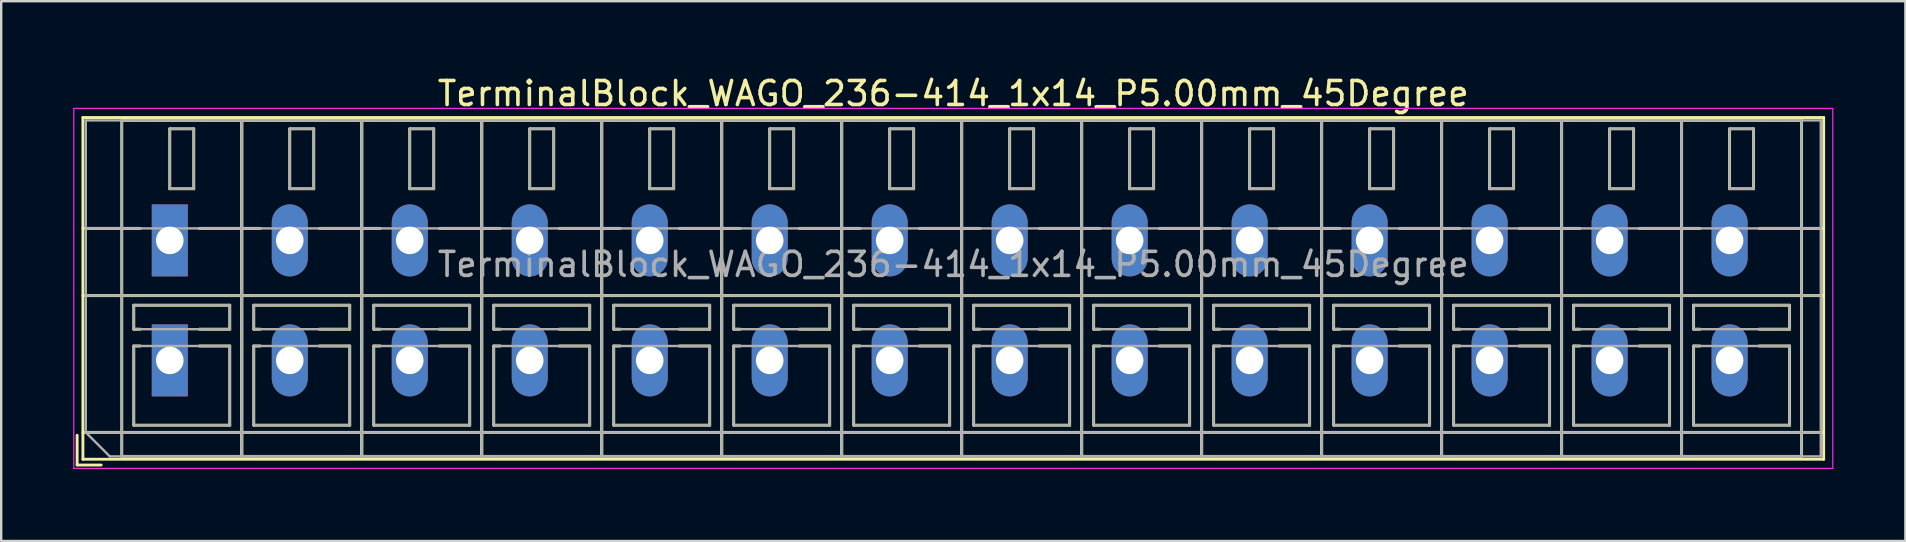
<source format=kicad_pcb>
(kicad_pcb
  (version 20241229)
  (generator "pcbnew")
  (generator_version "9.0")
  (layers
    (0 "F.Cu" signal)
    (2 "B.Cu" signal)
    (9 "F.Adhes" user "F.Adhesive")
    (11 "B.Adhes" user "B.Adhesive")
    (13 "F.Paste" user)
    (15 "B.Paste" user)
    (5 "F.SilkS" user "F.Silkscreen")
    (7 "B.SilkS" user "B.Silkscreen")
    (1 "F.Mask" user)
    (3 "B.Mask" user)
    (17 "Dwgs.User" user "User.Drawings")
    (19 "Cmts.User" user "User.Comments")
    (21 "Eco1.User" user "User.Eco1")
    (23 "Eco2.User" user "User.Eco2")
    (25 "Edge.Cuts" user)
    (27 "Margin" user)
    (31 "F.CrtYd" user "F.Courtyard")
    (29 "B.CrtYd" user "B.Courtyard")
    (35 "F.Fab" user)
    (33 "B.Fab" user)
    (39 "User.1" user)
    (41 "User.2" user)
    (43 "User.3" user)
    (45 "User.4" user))
  (footprint "TerminalBlock_WAGO_236-414_1x14_P5.00mm_45Degree"
    (layer "F.Cu")
    (at 4.025 6.968)
    (property "Reference" "TerminalBlock_WAGO_236-414_1x14_P5.00mm_45Degree" (at 32.65 -6.12 0) (layer "F.SilkS") (effects (font (size 1 1) (thickness 0.15))))
    (attr through_hole)
    (fp_line (start -3.86 8.12) (end -3.86 9.36) (stroke (width 0.12) (type solid)) (layer "F.SilkS"))
    (fp_line (start -3.86 9.36) (end -2.86 9.36) (stroke (width 0.12) (type solid)) (layer "F.SilkS"))
    (fp_line (start -3.62 -5.12) (end -3.62 9.12) (stroke (width 0.12) (type solid)) (layer "F.SilkS"))
    (fp_line (start -3.62 -5.12) (end 68.92 -5.12) (stroke (width 0.12) (type solid)) (layer "F.SilkS"))
    (fp_line (start -3.62 -0.5) (end -1.23 -0.5) (stroke (width 0.12) (type solid)) (layer "F.SilkS"))
    (fp_line (start -3.62 2.3) (end 68.92 2.3) (stroke (width 0.12) (type solid)) (layer "F.SilkS"))
    (fp_line (start -3.62 8) (end 68.92 8) (stroke (width 0.12) (type solid)) (layer "F.SilkS"))
    (fp_line (start -3.62 9.12) (end 68.92 9.12) (stroke (width 0.12) (type solid)) (layer "F.SilkS"))
    (fp_line (start -2 -5) (end -2 9) (stroke (width 0.12) (type solid)) (layer "F.SilkS"))
    (fp_line (start -2 -5) (end 3 -5) (stroke (width 0.12) (type solid)) (layer "F.SilkS"))
    (fp_line (start -2 9) (end 3 9) (stroke (width 0.12) (type solid)) (layer "F.SilkS"))
    (fp_line (start -1.5 2.7) (end -1.5 3.7) (stroke (width 0.12) (type solid)) (layer "F.SilkS"))
    (fp_line (start -1.5 2.7) (end 2.5 2.7) (stroke (width 0.12) (type solid)) (layer "F.SilkS"))
    (fp_line (start -1.5 3.7) (end -1.23 3.7) (stroke (width 0.12) (type solid)) (layer "F.SilkS"))
    (fp_line (start -1.5 4.4) (end -1.5 7.7) (stroke (width 0.12) (type solid)) (layer "F.SilkS"))
    (fp_line (start -1.5 4.4) (end -1.23 4.4) (stroke (width 0.12) (type solid)) (layer "F.SilkS"))
    (fp_line (start -1.5 7.7) (end 2.5 7.7) (stroke (width 0.12) (type solid)) (layer "F.SilkS"))
    (fp_line (start 0 -4.65) (end 0 -2.151) (stroke (width 0.12) (type solid)) (layer "F.SilkS"))
    (fp_line (start 0 -4.65) (end 1 -4.65) (stroke (width 0.12) (type solid)) (layer "F.SilkS"))
    (fp_line (start 0 -2.151) (end 1 -2.151) (stroke (width 0.12) (type solid)) (layer "F.SilkS"))
    (fp_line (start 1 -4.65) (end 1 -2.151) (stroke (width 0.12) (type solid)) (layer "F.SilkS"))
    (fp_line (start 1.23 -0.5) (end 3.77 -0.5) (stroke (width 0.12) (type solid)) (layer "F.SilkS"))
    (fp_line (start 1.23 3.7) (end 2.5 3.7) (stroke (width 0.12) (type solid)) (layer "F.SilkS"))
    (fp_line (start 1.23 4.4) (end 2.5 4.4) (stroke (width 0.12) (type solid)) (layer "F.SilkS"))
    (fp_line (start 2.5 2.7) (end 2.5 3.7) (stroke (width 0.12) (type solid)) (layer "F.SilkS"))
    (fp_line (start 2.5 4.4) (end 2.5 7.7) (stroke (width 0.12) (type solid)) (layer "F.SilkS"))
    (fp_line (start 3 -5) (end 3 9) (stroke (width 0.12) (type solid)) (layer "F.SilkS"))
    (fp_line (start 3 -5) (end 3 9) (stroke (width 0.12) (type solid)) (layer "F.SilkS"))
    (fp_line (start 3 -5) (end 8 -5) (stroke (width 0.12) (type solid)) (layer "F.SilkS"))
    (fp_line (start 3 9) (end 8 9) (stroke (width 0.12) (type solid)) (layer "F.SilkS"))
    (fp_line (start 3.5 2.7) (end 3.5 3.7) (stroke (width 0.12) (type solid)) (layer "F.SilkS"))
    (fp_line (start 3.5 2.7) (end 7.5 2.7) (stroke (width 0.12) (type solid)) (layer "F.SilkS"))
    (fp_line (start 3.5 3.7) (end 3.77 3.7) (stroke (width 0.12) (type solid)) (layer "F.SilkS"))
    (fp_line (start 3.5 4.4) (end 3.5 7.7) (stroke (width 0.12) (type solid)) (layer "F.SilkS"))
    (fp_line (start 3.5 4.4) (end 3.77 4.4) (stroke (width 0.12) (type solid)) (layer "F.SilkS"))
    (fp_line (start 3.5 7.7) (end 7.5 7.7) (stroke (width 0.12) (type solid)) (layer "F.SilkS"))
    (fp_line (start 5 -4.65) (end 5 -2.151) (stroke (width 0.12) (type solid)) (layer "F.SilkS"))
    (fp_line (start 5 -4.65) (end 6 -4.65) (stroke (width 0.12) (type solid)) (layer "F.SilkS"))
    (fp_line (start 5 -2.151) (end 6 -2.151) (stroke (width 0.12) (type solid)) (layer "F.SilkS"))
    (fp_line (start 6 -4.65) (end 6 -2.151) (stroke (width 0.12) (type solid)) (layer "F.SilkS"))
    (fp_line (start 6.23 -0.5) (end 8.77 -0.5) (stroke (width 0.12) (type solid)) (layer "F.SilkS"))
    (fp_line (start 6.23 3.7) (end 7.5 3.7) (stroke (width 0.12) (type solid)) (layer "F.SilkS"))
    (fp_line (start 6.23 4.4) (end 7.5 4.4) (stroke (width 0.12) (type solid)) (layer "F.SilkS"))
    (fp_line (start 7.5 2.7) (end 7.5 3.7) (stroke (width 0.12) (type solid)) (layer "F.SilkS"))
    (fp_line (start 7.5 4.4) (end 7.5 7.7) (stroke (width 0.12) (type solid)) (layer "F.SilkS"))
    (fp_line (start 8 -5) (end 8 9) (stroke (width 0.12) (type solid)) (layer "F.SilkS"))
    (fp_line (start 8 -5) (end 8 9) (stroke (width 0.12) (type solid)) (layer "F.SilkS"))
    (fp_line (start 8 -5) (end 13 -5) (stroke (width 0.12) (type solid)) (layer "F.SilkS"))
    (fp_line (start 8 9) (end 13 9) (stroke (width 0.12) (type solid)) (layer "F.SilkS"))
    (fp_line (start 8.5 2.7) (end 8.5 3.7) (stroke (width 0.12) (type solid)) (layer "F.SilkS"))
    (fp_line (start 8.5 2.7) (end 12.5 2.7) (stroke (width 0.12) (type solid)) (layer "F.SilkS"))
    (fp_line (start 8.5 3.7) (end 8.77 3.7) (stroke (width 0.12) (type solid)) (layer "F.SilkS"))
    (fp_line (start 8.5 4.4) (end 8.5 7.7) (stroke (width 0.12) (type solid)) (layer "F.SilkS"))
    (fp_line (start 8.5 4.4) (end 8.77 4.4) (stroke (width 0.12) (type solid)) (layer "F.SilkS"))
    (fp_line (start 8.5 7.7) (end 12.5 7.7) (stroke (width 0.12) (type solid)) (layer "F.SilkS"))
    (fp_line (start 10 -4.65) (end 10 -2.151) (stroke (width 0.12) (type solid)) (layer "F.SilkS"))
    (fp_line (start 10 -4.65) (end 11 -4.65) (stroke (width 0.12) (type solid)) (layer "F.SilkS"))
    (fp_line (start 10 -2.151) (end 11 -2.151) (stroke (width 0.12) (type solid)) (layer "F.SilkS"))
    (fp_line (start 11 -4.65) (end 11 -2.151) (stroke (width 0.12) (type solid)) (layer "F.SilkS"))
    (fp_line (start 11.23 -0.5) (end 13.77 -0.5) (stroke (width 0.12) (type solid)) (layer "F.SilkS"))
    (fp_line (start 11.23 3.7) (end 12.5 3.7) (stroke (width 0.12) (type solid)) (layer "F.SilkS"))
    (fp_line (start 11.23 4.4) (end 12.5 4.4) (stroke (width 0.12) (type solid)) (layer "F.SilkS"))
    (fp_line (start 12.5 2.7) (end 12.5 3.7) (stroke (width 0.12) (type solid)) (layer "F.SilkS"))
    (fp_line (start 12.5 4.4) (end 12.5 7.7) (stroke (width 0.12) (type solid)) (layer "F.SilkS"))
    (fp_line (start 13 -5) (end 13 9) (stroke (width 0.12) (type solid)) (layer "F.SilkS"))
    (fp_line (start 13 -5) (end 13 9) (stroke (width 0.12) (type solid)) (layer "F.SilkS"))
    (fp_line (start 13 -5) (end 18 -5) (stroke (width 0.12) (type solid)) (layer "F.SilkS"))
    (fp_line (start 13 9) (end 18 9) (stroke (width 0.12) (type solid)) (layer "F.SilkS"))
    (fp_line (start 13.5 2.7) (end 13.5 3.7) (stroke (width 0.12) (type solid)) (layer "F.SilkS"))
    (fp_line (start 13.5 2.7) (end 17.5 2.7) (stroke (width 0.12) (type solid)) (layer "F.SilkS"))
    (fp_line (start 13.5 3.7) (end 13.77 3.7) (stroke (width 0.12) (type solid)) (layer "F.SilkS"))
    (fp_line (start 13.5 4.4) (end 13.5 7.7) (stroke (width 0.12) (type solid)) (layer "F.SilkS"))
    (fp_line (start 13.5 4.4) (end 13.77 4.4) (stroke (width 0.12) (type solid)) (layer "F.SilkS"))
    (fp_line (start 13.5 7.7) (end 17.5 7.7) (stroke (width 0.12) (type solid)) (layer "F.SilkS"))
    (fp_line (start 15 -4.65) (end 15 -2.151) (stroke (width 0.12) (type solid)) (layer "F.SilkS"))
    (fp_line (start 15 -4.65) (end 16 -4.65) (stroke (width 0.12) (type solid)) (layer "F.SilkS"))
    (fp_line (start 15 -2.151) (end 16 -2.151) (stroke (width 0.12) (type solid)) (layer "F.SilkS"))
    (fp_line (start 16 -4.65) (end 16 -2.151) (stroke (width 0.12) (type solid)) (layer "F.SilkS"))
    (fp_line (start 16.23 -0.5) (end 18.77 -0.5) (stroke (width 0.12) (type solid)) (layer "F.SilkS"))
    (fp_line (start 16.23 3.7) (end 17.5 3.7) (stroke (width 0.12) (type solid)) (layer "F.SilkS"))
    (fp_line (start 16.23 4.4) (end 17.5 4.4) (stroke (width 0.12) (type solid)) (layer "F.SilkS"))
    (fp_line (start 17.5 2.7) (end 17.5 3.7) (stroke (width 0.12) (type solid)) (layer "F.SilkS"))
    (fp_line (start 17.5 4.4) (end 17.5 7.7) (stroke (width 0.12) (type solid)) (layer "F.SilkS"))
    (fp_line (start 18 -5) (end 18 9) (stroke (width 0.12) (type solid)) (layer "F.SilkS"))
    (fp_line (start 18 -5) (end 18 9) (stroke (width 0.12) (type solid)) (layer "F.SilkS"))
    (fp_line (start 18 -5) (end 23 -5) (stroke (width 0.12) (type solid)) (layer "F.SilkS"))
    (fp_line (start 18 9) (end 23 9) (stroke (width 0.12) (type solid)) (layer "F.SilkS"))
    (fp_line (start 18.5 2.7) (end 18.5 3.7) (stroke (width 0.12) (type solid)) (layer "F.SilkS"))
    (fp_line (start 18.5 2.7) (end 22.5 2.7) (stroke (width 0.12) (type solid)) (layer "F.SilkS"))
    (fp_line (start 18.5 3.7) (end 18.77 3.7) (stroke (width 0.12) (type solid)) (layer "F.SilkS"))
    (fp_line (start 18.5 4.4) (end 18.5 7.7) (stroke (width 0.12) (type solid)) (layer "F.SilkS"))
    (fp_line (start 18.5 4.4) (end 18.77 4.4) (stroke (width 0.12) (type solid)) (layer "F.SilkS"))
    (fp_line (start 18.5 7.7) (end 22.5 7.7) (stroke (width 0.12) (type solid)) (layer "F.SilkS"))
    (fp_line (start 20 -4.65) (end 20 -2.151) (stroke (width 0.12) (type solid)) (layer "F.SilkS"))
    (fp_line (start 20 -4.65) (end 21 -4.65) (stroke (width 0.12) (type solid)) (layer "F.SilkS"))
    (fp_line (start 20 -2.151) (end 21 -2.151) (stroke (width 0.12) (type solid)) (layer "F.SilkS"))
    (fp_line (start 21 -4.65) (end 21 -2.151) (stroke (width 0.12) (type solid)) (layer "F.SilkS"))
    (fp_line (start 21.23 -0.5) (end 23.77 -0.5) (stroke (width 0.12) (type solid)) (layer "F.SilkS"))
    (fp_line (start 21.23 3.7) (end 22.5 3.7) (stroke (width 0.12) (type solid)) (layer "F.SilkS"))
    (fp_line (start 21.23 4.4) (end 22.5 4.4) (stroke (width 0.12) (type solid)) (layer "F.SilkS"))
    (fp_line (start 22.5 2.7) (end 22.5 3.7) (stroke (width 0.12) (type solid)) (layer "F.SilkS"))
    (fp_line (start 22.5 4.4) (end 22.5 7.7) (stroke (width 0.12) (type solid)) (layer "F.SilkS"))
    (fp_line (start 23 -5) (end 23 9) (stroke (width 0.12) (type solid)) (layer "F.SilkS"))
    (fp_line (start 23 -5) (end 23 9) (stroke (width 0.12) (type solid)) (layer "F.SilkS"))
    (fp_line (start 23 -5) (end 28 -5) (stroke (width 0.12) (type solid)) (layer "F.SilkS"))
    (fp_line (start 23 9) (end 28 9) (stroke (width 0.12) (type solid)) (layer "F.SilkS"))
    (fp_line (start 23.5 2.7) (end 23.5 3.7) (stroke (width 0.12) (type solid)) (layer "F.SilkS"))
    (fp_line (start 23.5 2.7) (end 27.5 2.7) (stroke (width 0.12) (type solid)) (layer "F.SilkS"))
    (fp_line (start 23.5 3.7) (end 23.77 3.7) (stroke (width 0.12) (type solid)) (layer "F.SilkS"))
    (fp_line (start 23.5 4.4) (end 23.5 7.7) (stroke (width 0.12) (type solid)) (layer "F.SilkS"))
    (fp_line (start 23.5 4.4) (end 23.77 4.4) (stroke (width 0.12) (type solid)) (layer "F.SilkS"))
    (fp_line (start 23.5 7.7) (end 27.5 7.7) (stroke (width 0.12) (type solid)) (layer "F.SilkS"))
    (fp_line (start 25 -4.65) (end 25 -2.151) (stroke (width 0.12) (type solid)) (layer "F.SilkS"))
    (fp_line (start 25 -4.65) (end 26 -4.65) (stroke (width 0.12) (type solid)) (layer "F.SilkS"))
    (fp_line (start 25 -2.151) (end 26 -2.151) (stroke (width 0.12) (type solid)) (layer "F.SilkS"))
    (fp_line (start 26 -4.65) (end 26 -2.151) (stroke (width 0.12) (type solid)) (layer "F.SilkS"))
    (fp_line (start 26.23 -0.5) (end 28.77 -0.5) (stroke (width 0.12) (type solid)) (layer "F.SilkS"))
    (fp_line (start 26.23 3.7) (end 27.5 3.7) (stroke (width 0.12) (type solid)) (layer "F.SilkS"))
    (fp_line (start 26.23 4.4) (end 27.5 4.4) (stroke (width 0.12) (type solid)) (layer "F.SilkS"))
    (fp_line (start 27.5 2.7) (end 27.5 3.7) (stroke (width 0.12) (type solid)) (layer "F.SilkS"))
    (fp_line (start 27.5 4.4) (end 27.5 7.7) (stroke (width 0.12) (type solid)) (layer "F.SilkS"))
    (fp_line (start 28 -5) (end 28 9) (stroke (width 0.12) (type solid)) (layer "F.SilkS"))
    (fp_line (start 28 -5) (end 28 9) (stroke (width 0.12) (type solid)) (layer "F.SilkS"))
    (fp_line (start 28 -5) (end 33 -5) (stroke (width 0.12) (type solid)) (layer "F.SilkS"))
    (fp_line (start 28 9) (end 33 9) (stroke (width 0.12) (type solid)) (layer "F.SilkS"))
    (fp_line (start 28.5 2.7) (end 28.5 3.7) (stroke (width 0.12) (type solid)) (layer "F.SilkS"))
    (fp_line (start 28.5 2.7) (end 32.5 2.7) (stroke (width 0.12) (type solid)) (layer "F.SilkS"))
    (fp_line (start 28.5 3.7) (end 28.77 3.7) (stroke (width 0.12) (type solid)) (layer "F.SilkS"))
    (fp_line (start 28.5 4.4) (end 28.5 7.7) (stroke (width 0.12) (type solid)) (layer "F.SilkS"))
    (fp_line (start 28.5 4.4) (end 28.77 4.4) (stroke (width 0.12) (type solid)) (layer "F.SilkS"))
    (fp_line (start 28.5 7.7) (end 32.5 7.7) (stroke (width 0.12) (type solid)) (layer "F.SilkS"))
    (fp_line (start 30 -4.65) (end 30 -2.151) (stroke (width 0.12) (type solid)) (layer "F.SilkS"))
    (fp_line (start 30 -4.65) (end 31 -4.65) (stroke (width 0.12) (type solid)) (layer "F.SilkS"))
    (fp_line (start 30 -2.151) (end 31 -2.151) (stroke (width 0.12) (type solid)) (layer "F.SilkS"))
    (fp_line (start 31 -4.65) (end 31 -2.151) (stroke (width 0.12) (type solid)) (layer "F.SilkS"))
    (fp_line (start 31.23 -0.5) (end 33.77 -0.5) (stroke (width 0.12) (type solid)) (layer "F.SilkS"))
    (fp_line (start 31.23 3.7) (end 32.5 3.7) (stroke (width 0.12) (type solid)) (layer "F.SilkS"))
    (fp_line (start 31.23 4.4) (end 32.5 4.4) (stroke (width 0.12) (type solid)) (layer "F.SilkS"))
    (fp_line (start 32.5 2.7) (end 32.5 3.7) (stroke (width 0.12) (type solid)) (layer "F.SilkS"))
    (fp_line (start 32.5 4.4) (end 32.5 7.7) (stroke (width 0.12) (type solid)) (layer "F.SilkS"))
    (fp_line (start 33 -5) (end 33 9) (stroke (width 0.12) (type solid)) (layer "F.SilkS"))
    (fp_line (start 33 -5) (end 33 9) (stroke (width 0.12) (type solid)) (layer "F.SilkS"))
    (fp_line (start 33 -5) (end 38 -5) (stroke (width 0.12) (type solid)) (layer "F.SilkS"))
    (fp_line (start 33 9) (end 38 9) (stroke (width 0.12) (type solid)) (layer "F.SilkS"))
    (fp_line (start 33.5 2.7) (end 33.5 3.7) (stroke (width 0.12) (type solid)) (layer "F.SilkS"))
    (fp_line (start 33.5 2.7) (end 37.5 2.7) (stroke (width 0.12) (type solid)) (layer "F.SilkS"))
    (fp_line (start 33.5 3.7) (end 33.77 3.7) (stroke (width 0.12) (type solid)) (layer "F.SilkS"))
    (fp_line (start 33.5 4.4) (end 33.5 7.7) (stroke (width 0.12) (type solid)) (layer "F.SilkS"))
    (fp_line (start 33.5 4.4) (end 33.77 4.4) (stroke (width 0.12) (type solid)) (layer "F.SilkS"))
    (fp_line (start 33.5 7.7) (end 37.5 7.7) (stroke (width 0.12) (type solid)) (layer "F.SilkS"))
    (fp_line (start 35 -4.65) (end 35 -2.151) (stroke (width 0.12) (type solid)) (layer "F.SilkS"))
    (fp_line (start 35 -4.65) (end 36 -4.65) (stroke (width 0.12) (type solid)) (layer "F.SilkS"))
    (fp_line (start 35 -2.151) (end 36 -2.151) (stroke (width 0.12) (type solid)) (layer "F.SilkS"))
    (fp_line (start 36 -4.65) (end 36 -2.151) (stroke (width 0.12) (type solid)) (layer "F.SilkS"))
    (fp_line (start 36.23 -0.5) (end 38.77 -0.5) (stroke (width 0.12) (type solid)) (layer "F.SilkS"))
    (fp_line (start 36.23 3.7) (end 37.5 3.7) (stroke (width 0.12) (type solid)) (layer "F.SilkS"))
    (fp_line (start 36.23 4.4) (end 37.5 4.4) (stroke (width 0.12) (type solid)) (layer "F.SilkS"))
    (fp_line (start 37.5 2.7) (end 37.5 3.7) (stroke (width 0.12) (type solid)) (layer "F.SilkS"))
    (fp_line (start 37.5 4.4) (end 37.5 7.7) (stroke (width 0.12) (type solid)) (layer "F.SilkS"))
    (fp_line (start 38 -5) (end 38 9) (stroke (width 0.12) (type solid)) (layer "F.SilkS"))
    (fp_line (start 38 -5) (end 38 9) (stroke (width 0.12) (type solid)) (layer "F.SilkS"))
    (fp_line (start 38 -5) (end 43 -5) (stroke (width 0.12) (type solid)) (layer "F.SilkS"))
    (fp_line (start 38 9) (end 43 9) (stroke (width 0.12) (type solid)) (layer "F.SilkS"))
    (fp_line (start 38.5 2.7) (end 38.5 3.7) (stroke (width 0.12) (type solid)) (layer "F.SilkS"))
    (fp_line (start 38.5 2.7) (end 42.5 2.7) (stroke (width 0.12) (type solid)) (layer "F.SilkS"))
    (fp_line (start 38.5 3.7) (end 38.77 3.7) (stroke (width 0.12) (type solid)) (layer "F.SilkS"))
    (fp_line (start 38.5 4.4) (end 38.5 7.7) (stroke (width 0.12) (type solid)) (layer "F.SilkS"))
    (fp_line (start 38.5 4.4) (end 38.77 4.4) (stroke (width 0.12) (type solid)) (layer "F.SilkS"))
    (fp_line (start 38.5 7.7) (end 42.5 7.7) (stroke (width 0.12) (type solid)) (layer "F.SilkS"))
    (fp_line (start 40 -4.65) (end 40 -2.151) (stroke (width 0.12) (type solid)) (layer "F.SilkS"))
    (fp_line (start 40 -4.65) (end 41 -4.65) (stroke (width 0.12) (type solid)) (layer "F.SilkS"))
    (fp_line (start 40 -2.151) (end 41 -2.151) (stroke (width 0.12) (type solid)) (layer "F.SilkS"))
    (fp_line (start 41 -4.65) (end 41 -2.151) (stroke (width 0.12) (type solid)) (layer "F.SilkS"))
    (fp_line (start 41.23 -0.5) (end 43.77 -0.5) (stroke (width 0.12) (type solid)) (layer "F.SilkS"))
    (fp_line (start 41.23 3.7) (end 42.5 3.7) (stroke (width 0.12) (type solid)) (layer "F.SilkS"))
    (fp_line (start 41.23 4.4) (end 42.5 4.4) (stroke (width 0.12) (type solid)) (layer "F.SilkS"))
    (fp_line (start 42.5 2.7) (end 42.5 3.7) (stroke (width 0.12) (type solid)) (layer "F.SilkS"))
    (fp_line (start 42.5 4.4) (end 42.5 7.7) (stroke (width 0.12) (type solid)) (layer "F.SilkS"))
    (fp_line (start 43 -5) (end 43 9) (stroke (width 0.12) (type solid)) (layer "F.SilkS"))
    (fp_line (start 43 -5) (end 43 9) (stroke (width 0.12) (type solid)) (layer "F.SilkS"))
    (fp_line (start 43 -5) (end 48 -5) (stroke (width 0.12) (type solid)) (layer "F.SilkS"))
    (fp_line (start 43 9) (end 48 9) (stroke (width 0.12) (type solid)) (layer "F.SilkS"))
    (fp_line (start 43.5 2.7) (end 43.5 3.7) (stroke (width 0.12) (type solid)) (layer "F.SilkS"))
    (fp_line (start 43.5 2.7) (end 47.5 2.7) (stroke (width 0.12) (type solid)) (layer "F.SilkS"))
    (fp_line (start 43.5 3.7) (end 43.77 3.7) (stroke (width 0.12) (type solid)) (layer "F.SilkS"))
    (fp_line (start 43.5 4.4) (end 43.5 7.7) (stroke (width 0.12) (type solid)) (layer "F.SilkS"))
    (fp_line (start 43.5 4.4) (end 43.77 4.4) (stroke (width 0.12) (type solid)) (layer "F.SilkS"))
    (fp_line (start 43.5 7.7) (end 47.5 7.7) (stroke (width 0.12) (type solid)) (layer "F.SilkS"))
    (fp_line (start 45 -4.65) (end 45 -2.151) (stroke (width 0.12) (type solid)) (layer "F.SilkS"))
    (fp_line (start 45 -4.65) (end 46 -4.65) (stroke (width 0.12) (type solid)) (layer "F.SilkS"))
    (fp_line (start 45 -2.151) (end 46 -2.151) (stroke (width 0.12) (type solid)) (layer "F.SilkS"))
    (fp_line (start 46 -4.65) (end 46 -2.151) (stroke (width 0.12) (type solid)) (layer "F.SilkS"))
    (fp_line (start 46.23 -0.5) (end 48.77 -0.5) (stroke (width 0.12) (type solid)) (layer "F.SilkS"))
    (fp_line (start 46.23 3.7) (end 47.5 3.7) (stroke (width 0.12) (type solid)) (layer "F.SilkS"))
    (fp_line (start 46.23 4.4) (end 47.5 4.4) (stroke (width 0.12) (type solid)) (layer "F.SilkS"))
    (fp_line (start 47.5 2.7) (end 47.5 3.7) (stroke (width 0.12) (type solid)) (layer "F.SilkS"))
    (fp_line (start 47.5 4.4) (end 47.5 7.7) (stroke (width 0.12) (type solid)) (layer "F.SilkS"))
    (fp_line (start 48 -5) (end 48 9) (stroke (width 0.12) (type solid)) (layer "F.SilkS"))
    (fp_line (start 48 -5) (end 48 9) (stroke (width 0.12) (type solid)) (layer "F.SilkS"))
    (fp_line (start 48 -5) (end 53 -5) (stroke (width 0.12) (type solid)) (layer "F.SilkS"))
    (fp_line (start 48 9) (end 53 9) (stroke (width 0.12) (type solid)) (layer "F.SilkS"))
    (fp_line (start 48.5 2.7) (end 48.5 3.7) (stroke (width 0.12) (type solid)) (layer "F.SilkS"))
    (fp_line (start 48.5 2.7) (end 52.5 2.7) (stroke (width 0.12) (type solid)) (layer "F.SilkS"))
    (fp_line (start 48.5 3.7) (end 48.77 3.7) (stroke (width 0.12) (type solid)) (layer "F.SilkS"))
    (fp_line (start 48.5 4.4) (end 48.5 7.7) (stroke (width 0.12) (type solid)) (layer "F.SilkS"))
    (fp_line (start 48.5 4.4) (end 48.77 4.4) (stroke (width 0.12) (type solid)) (layer "F.SilkS"))
    (fp_line (start 48.5 7.7) (end 52.5 7.7) (stroke (width 0.12) (type solid)) (layer "F.SilkS"))
    (fp_line (start 50 -4.65) (end 50 -2.151) (stroke (width 0.12) (type solid)) (layer "F.SilkS"))
    (fp_line (start 50 -4.65) (end 51 -4.65) (stroke (width 0.12) (type solid)) (layer "F.SilkS"))
    (fp_line (start 50 -2.151) (end 51 -2.151) (stroke (width 0.12) (type solid)) (layer "F.SilkS"))
    (fp_line (start 51 -4.65) (end 51 -2.151) (stroke (width 0.12) (type solid)) (layer "F.SilkS"))
    (fp_line (start 51.23 -0.5) (end 53.77 -0.5) (stroke (width 0.12) (type solid)) (layer "F.SilkS"))
    (fp_line (start 51.23 3.7) (end 52.5 3.7) (stroke (width 0.12) (type solid)) (layer "F.SilkS"))
    (fp_line (start 51.23 4.4) (end 52.5 4.4) (stroke (width 0.12) (type solid)) (layer "F.SilkS"))
    (fp_line (start 52.5 2.7) (end 52.5 3.7) (stroke (width 0.12) (type solid)) (layer "F.SilkS"))
    (fp_line (start 52.5 4.4) (end 52.5 7.7) (stroke (width 0.12) (type solid)) (layer "F.SilkS"))
    (fp_line (start 53 -5) (end 53 9) (stroke (width 0.12) (type solid)) (layer "F.SilkS"))
    (fp_line (start 53 -5) (end 53 9) (stroke (width 0.12) (type solid)) (layer "F.SilkS"))
    (fp_line (start 53 -5) (end 58 -5) (stroke (width 0.12) (type solid)) (layer "F.SilkS"))
    (fp_line (start 53 9) (end 58 9) (stroke (width 0.12) (type solid)) (layer "F.SilkS"))
    (fp_line (start 53.5 2.7) (end 53.5 3.7) (stroke (width 0.12) (type solid)) (layer "F.SilkS"))
    (fp_line (start 53.5 2.7) (end 57.5 2.7) (stroke (width 0.12) (type solid)) (layer "F.SilkS"))
    (fp_line (start 53.5 3.7) (end 53.77 3.7) (stroke (width 0.12) (type solid)) (layer "F.SilkS"))
    (fp_line (start 53.5 4.4) (end 53.5 7.7) (stroke (width 0.12) (type solid)) (layer "F.SilkS"))
    (fp_line (start 53.5 4.4) (end 53.77 4.4) (stroke (width 0.12) (type solid)) (layer "F.SilkS"))
    (fp_line (start 53.5 7.7) (end 57.5 7.7) (stroke (width 0.12) (type solid)) (layer "F.SilkS"))
    (fp_line (start 55 -4.65) (end 55 -2.151) (stroke (width 0.12) (type solid)) (layer "F.SilkS"))
    (fp_line (start 55 -4.65) (end 56 -4.65) (stroke (width 0.12) (type solid)) (layer "F.SilkS"))
    (fp_line (start 55 -2.151) (end 56 -2.151) (stroke (width 0.12) (type solid)) (layer "F.SilkS"))
    (fp_line (start 56 -4.65) (end 56 -2.151) (stroke (width 0.12) (type solid)) (layer "F.SilkS"))
    (fp_line (start 56.23 -0.5) (end 58.77 -0.5) (stroke (width 0.12) (type solid)) (layer "F.SilkS"))
    (fp_line (start 56.23 3.7) (end 57.5 3.7) (stroke (width 0.12) (type solid)) (layer "F.SilkS"))
    (fp_line (start 56.23 4.4) (end 57.5 4.4) (stroke (width 0.12) (type solid)) (layer "F.SilkS"))
    (fp_line (start 57.5 2.7) (end 57.5 3.7) (stroke (width 0.12) (type solid)) (layer "F.SilkS"))
    (fp_line (start 57.5 4.4) (end 57.5 7.7) (stroke (width 0.12) (type solid)) (layer "F.SilkS"))
    (fp_line (start 58 -5) (end 58 9) (stroke (width 0.12) (type solid)) (layer "F.SilkS"))
    (fp_line (start 58 -5) (end 58 9) (stroke (width 0.12) (type solid)) (layer "F.SilkS"))
    (fp_line (start 58 -5) (end 63 -5) (stroke (width 0.12) (type solid)) (layer "F.SilkS"))
    (fp_line (start 58 9) (end 63 9) (stroke (width 0.12) (type solid)) (layer "F.SilkS"))
    (fp_line (start 58.5 2.7) (end 58.5 3.7) (stroke (width 0.12) (type solid)) (layer "F.SilkS"))
    (fp_line (start 58.5 2.7) (end 62.5 2.7) (stroke (width 0.12) (type solid)) (layer "F.SilkS"))
    (fp_line (start 58.5 3.7) (end 58.77 3.7) (stroke (width 0.12) (type solid)) (layer "F.SilkS"))
    (fp_line (start 58.5 4.4) (end 58.5 7.7) (stroke (width 0.12) (type solid)) (layer "F.SilkS"))
    (fp_line (start 58.5 4.4) (end 58.77 4.4) (stroke (width 0.12) (type solid)) (layer "F.SilkS"))
    (fp_line (start 58.5 7.7) (end 62.5 7.7) (stroke (width 0.12) (type solid)) (layer "F.SilkS"))
    (fp_line (start 60 -4.65) (end 60 -2.151) (stroke (width 0.12) (type solid)) (layer "F.SilkS"))
    (fp_line (start 60 -4.65) (end 61 -4.65) (stroke (width 0.12) (type solid)) (layer "F.SilkS"))
    (fp_line (start 60 -2.151) (end 61 -2.151) (stroke (width 0.12) (type solid)) (layer "F.SilkS"))
    (fp_line (start 61 -4.65) (end 61 -2.151) (stroke (width 0.12) (type solid)) (layer "F.SilkS"))
    (fp_line (start 61.23 -0.5) (end 63.77 -0.5) (stroke (width 0.12) (type solid)) (layer "F.SilkS"))
    (fp_line (start 61.23 3.7) (end 62.5 3.7) (stroke (width 0.12) (type solid)) (layer "F.SilkS"))
    (fp_line (start 61.23 4.4) (end 62.5 4.4) (stroke (width 0.12) (type solid)) (layer "F.SilkS"))
    (fp_line (start 62.5 2.7) (end 62.5 3.7) (stroke (width 0.12) (type solid)) (layer "F.SilkS"))
    (fp_line (start 62.5 4.4) (end 62.5 7.7) (stroke (width 0.12) (type solid)) (layer "F.SilkS"))
    (fp_line (start 63 -5) (end 63 9) (stroke (width 0.12) (type solid)) (layer "F.SilkS"))
    (fp_line (start 63 -5) (end 63 9) (stroke (width 0.12) (type solid)) (layer "F.SilkS"))
    (fp_line (start 63 -5) (end 68 -5) (stroke (width 0.12) (type solid)) (layer "F.SilkS"))
    (fp_line (start 63 9) (end 68 9) (stroke (width 0.12) (type solid)) (layer "F.SilkS"))
    (fp_line (start 63.5 2.7) (end 63.5 3.7) (stroke (width 0.12) (type solid)) (layer "F.SilkS"))
    (fp_line (start 63.5 2.7) (end 67.5 2.7) (stroke (width 0.12) (type solid)) (layer "F.SilkS"))
    (fp_line (start 63.5 3.7) (end 63.77 3.7) (stroke (width 0.12) (type solid)) (layer "F.SilkS"))
    (fp_line (start 63.5 4.4) (end 63.5 7.7) (stroke (width 0.12) (type solid)) (layer "F.SilkS"))
    (fp_line (start 63.5 4.4) (end 63.77 4.4) (stroke (width 0.12) (type solid)) (layer "F.SilkS"))
    (fp_line (start 63.5 7.7) (end 67.5 7.7) (stroke (width 0.12) (type solid)) (layer "F.SilkS"))
    (fp_line (start 65 -4.65) (end 65 -2.151) (stroke (width 0.12) (type solid)) (layer "F.SilkS"))
    (fp_line (start 65 -4.65) (end 66 -4.65) (stroke (width 0.12) (type solid)) (layer "F.SilkS"))
    (fp_line (start 65 -2.151) (end 66 -2.151) (stroke (width 0.12) (type solid)) (layer "F.SilkS"))
    (fp_line (start 66 -4.65) (end 66 -2.151) (stroke (width 0.12) (type solid)) (layer "F.SilkS"))
    (fp_line (start 66.23 -0.5) (end 68.92 -0.5) (stroke (width 0.12) (type solid)) (layer "F.SilkS"))
    (fp_line (start 66.23 3.7) (end 67.5 3.7) (stroke (width 0.12) (type solid)) (layer "F.SilkS"))
    (fp_line (start 66.23 4.4) (end 67.5 4.4) (stroke (width 0.12) (type solid)) (layer "F.SilkS"))
    (fp_line (start 67.5 2.7) (end 67.5 3.7) (stroke (width 0.12) (type solid)) (layer "F.SilkS"))
    (fp_line (start 67.5 4.4) (end 67.5 7.7) (stroke (width 0.12) (type solid)) (layer "F.SilkS"))
    (fp_line (start 68 -5) (end 68 9) (stroke (width 0.12) (type solid)) (layer "F.SilkS"))
    (fp_line (start 68.92 -5.12) (end 68.92 9.12) (stroke (width 0.12) (type solid)) (layer "F.SilkS"))
    (fp_line (start -4 -5.5) (end -4 9.5) (stroke (width 0.05) (type solid)) (layer "F.CrtYd"))
    (fp_line (start -4 9.5) (end 69.3 9.5) (stroke (width 0.05) (type solid)) (layer "F.CrtYd"))
    (fp_line (start 69.3 -5.5) (end -4 -5.5) (stroke (width 0.05) (type solid)) (layer "F.CrtYd"))
    (fp_line (start 69.3 9.5) (end 69.3 -5.5) (stroke (width 0.05) (type solid)) (layer "F.CrtYd"))
    (fp_line (start -3.5 -5) (end 68.8 -5) (stroke (width 0.1) (type solid)) (layer "F.Fab"))
    (fp_line (start -3.5 -0.5) (end 68.8 -0.5) (stroke (width 0.1) (type solid)) (layer "F.Fab"))
    (fp_line (start -3.5 2.3) (end 68.8 2.3) (stroke (width 0.1) (type solid)) (layer "F.Fab"))
    (fp_line (start -3.5 8) (end -3.5 -5) (stroke (width 0.1) (type solid)) (layer "F.Fab"))
    (fp_line (start -3.5 8) (end 68.8 8) (stroke (width 0.1) (type solid)) (layer "F.Fab"))
    (fp_line (start -2.5 9) (end -3.5 8) (stroke (width 0.1) (type solid)) (layer "F.Fab"))
    (fp_line (start -2 -5) (end -2 9) (stroke (width 0.1) (type solid)) (layer "F.Fab"))
    (fp_line (start -2 9) (end 3 9) (stroke (width 0.1) (type solid)) (layer "F.Fab"))
    (fp_line (start -1.5 2.7) (end -1.5 3.7) (stroke (width 0.1) (type solid)) (layer "F.Fab"))
    (fp_line (start -1.5 3.7) (end 2.5 3.7) (stroke (width 0.1) (type solid)) (layer "F.Fab"))
    (fp_line (start -1.5 4.4) (end -1.5 7.7) (stroke (width 0.1) (type solid)) (layer "F.Fab"))
    (fp_line (start -1.5 7.7) (end 2.5 7.7) (stroke (width 0.1) (type solid)) (layer "F.Fab"))
    (fp_line (start 0 -4.65) (end 0 -2.15) (stroke (width 0.1) (type solid)) (layer "F.Fab"))
    (fp_line (start 0 -2.15) (end 1 -2.15) (stroke (width 0.1) (type solid)) (layer "F.Fab"))
    (fp_line (start 1 -4.65) (end 0 -4.65) (stroke (width 0.1) (type solid)) (layer "F.Fab"))
    (fp_line (start 1 -2.15) (end 1 -4.65) (stroke (width 0.1) (type solid)) (layer "F.Fab"))
    (fp_line (start 2.5 2.7) (end -1.5 2.7) (stroke (width 0.1) (type solid)) (layer "F.Fab"))
    (fp_line (start 2.5 3.7) (end 2.5 2.7) (stroke (width 0.1) (type solid)) (layer "F.Fab"))
    (fp_line (start 2.5 4.4) (end -1.5 4.4) (stroke (width 0.1) (type solid)) (layer "F.Fab"))
    (fp_line (start 2.5 7.7) (end 2.5 4.4) (stroke (width 0.1) (type solid)) (layer "F.Fab"))
    (fp_line (start 3 -5) (end -2 -5) (stroke (width 0.1) (type solid)) (layer "F.Fab"))
    (fp_line (start 3 -5) (end 3 9) (stroke (width 0.1) (type solid)) (layer "F.Fab"))
    (fp_line (start 3 9) (end 3 -5) (stroke (width 0.1) (type solid)) (layer "F.Fab"))
    (fp_line (start 3 9) (end 8 9) (stroke (width 0.1) (type solid)) (layer "F.Fab"))
    (fp_line (start 3.5 2.7) (end 3.5 3.7) (stroke (width 0.1) (type solid)) (layer "F.Fab"))
    (fp_line (start 3.5 3.7) (end 7.5 3.7) (stroke (width 0.1) (type solid)) (layer "F.Fab"))
    (fp_line (start 3.5 4.4) (end 3.5 7.7) (stroke (width 0.1) (type solid)) (layer "F.Fab"))
    (fp_line (start 3.5 7.7) (end 7.5 7.7) (stroke (width 0.1) (type solid)) (layer "F.Fab"))
    (fp_line (start 5 -4.65) (end 5 -2.15) (stroke (width 0.1) (type solid)) (layer "F.Fab"))
    (fp_line (start 5 -2.15) (end 6 -2.15) (stroke (width 0.1) (type solid)) (layer "F.Fab"))
    (fp_line (start 6 -4.65) (end 5 -4.65) (stroke (width 0.1) (type solid)) (layer "F.Fab"))
    (fp_line (start 6 -2.15) (end 6 -4.65) (stroke (width 0.1) (type solid)) (layer "F.Fab"))
    (fp_line (start 7.5 2.7) (end 3.5 2.7) (stroke (width 0.1) (type solid)) (layer "F.Fab"))
    (fp_line (start 7.5 3.7) (end 7.5 2.7) (stroke (width 0.1) (type solid)) (layer "F.Fab"))
    (fp_line (start 7.5 4.4) (end 3.5 4.4) (stroke (width 0.1) (type solid)) (layer "F.Fab"))
    (fp_line (start 7.5 7.7) (end 7.5 4.4) (stroke (width 0.1) (type solid)) (layer "F.Fab"))
    (fp_line (start 8 -5) (end 3 -5) (stroke (width 0.1) (type solid)) (layer "F.Fab"))
    (fp_line (start 8 -5) (end 8 9) (stroke (width 0.1) (type solid)) (layer "F.Fab"))
    (fp_line (start 8 9) (end 8 -5) (stroke (width 0.1) (type solid)) (layer "F.Fab"))
    (fp_line (start 8 9) (end 13 9) (stroke (width 0.1) (type solid)) (layer "F.Fab"))
    (fp_line (start 8.5 2.7) (end 8.5 3.7) (stroke (width 0.1) (type solid)) (layer "F.Fab"))
    (fp_line (start 8.5 3.7) (end 12.5 3.7) (stroke (width 0.1) (type solid)) (layer "F.Fab"))
    (fp_line (start 8.5 4.4) (end 8.5 7.7) (stroke (width 0.1) (type solid)) (layer "F.Fab"))
    (fp_line (start 8.5 7.7) (end 12.5 7.7) (stroke (width 0.1) (type solid)) (layer "F.Fab"))
    (fp_line (start 10 -4.65) (end 10 -2.15) (stroke (width 0.1) (type solid)) (layer "F.Fab"))
    (fp_line (start 10 -2.15) (end 11 -2.15) (stroke (width 0.1) (type solid)) (layer "F.Fab"))
    (fp_line (start 11 -4.65) (end 10 -4.65) (stroke (width 0.1) (type solid)) (layer "F.Fab"))
    (fp_line (start 11 -2.15) (end 11 -4.65) (stroke (width 0.1) (type solid)) (layer "F.Fab"))
    (fp_line (start 12.5 2.7) (end 8.5 2.7) (stroke (width 0.1) (type solid)) (layer "F.Fab"))
    (fp_line (start 12.5 3.7) (end 12.5 2.7) (stroke (width 0.1) (type solid)) (layer "F.Fab"))
    (fp_line (start 12.5 4.4) (end 8.5 4.4) (stroke (width 0.1) (type solid)) (layer "F.Fab"))
    (fp_line (start 12.5 7.7) (end 12.5 4.4) (stroke (width 0.1) (type solid)) (layer "F.Fab"))
    (fp_line (start 13 -5) (end 8 -5) (stroke (width 0.1) (type solid)) (layer "F.Fab"))
    (fp_line (start 13 -5) (end 13 9) (stroke (width 0.1) (type solid)) (layer "F.Fab"))
    (fp_line (start 13 9) (end 13 -5) (stroke (width 0.1) (type solid)) (layer "F.Fab"))
    (fp_line (start 13 9) (end 18 9) (stroke (width 0.1) (type solid)) (layer "F.Fab"))
    (fp_line (start 13.5 2.7) (end 13.5 3.7) (stroke (width 0.1) (type solid)) (layer "F.Fab"))
    (fp_line (start 13.5 3.7) (end 17.5 3.7) (stroke (width 0.1) (type solid)) (layer "F.Fab"))
    (fp_line (start 13.5 4.4) (end 13.5 7.7) (stroke (width 0.1) (type solid)) (layer "F.Fab"))
    (fp_line (start 13.5 7.7) (end 17.5 7.7) (stroke (width 0.1) (type solid)) (layer "F.Fab"))
    (fp_line (start 15 -4.65) (end 15 -2.15) (stroke (width 0.1) (type solid)) (layer "F.Fab"))
    (fp_line (start 15 -2.15) (end 16 -2.15) (stroke (width 0.1) (type solid)) (layer "F.Fab"))
    (fp_line (start 16 -4.65) (end 15 -4.65) (stroke (width 0.1) (type solid)) (layer "F.Fab"))
    (fp_line (start 16 -2.15) (end 16 -4.65) (stroke (width 0.1) (type solid)) (layer "F.Fab"))
    (fp_line (start 17.5 2.7) (end 13.5 2.7) (stroke (width 0.1) (type solid)) (layer "F.Fab"))
    (fp_line (start 17.5 3.7) (end 17.5 2.7) (stroke (width 0.1) (type solid)) (layer "F.Fab"))
    (fp_line (start 17.5 4.4) (end 13.5 4.4) (stroke (width 0.1) (type solid)) (layer "F.Fab"))
    (fp_line (start 17.5 7.7) (end 17.5 4.4) (stroke (width 0.1) (type solid)) (layer "F.Fab"))
    (fp_line (start 18 -5) (end 13 -5) (stroke (width 0.1) (type solid)) (layer "F.Fab"))
    (fp_line (start 18 -5) (end 18 9) (stroke (width 0.1) (type solid)) (layer "F.Fab"))
    (fp_line (start 18 9) (end 18 -5) (stroke (width 0.1) (type solid)) (layer "F.Fab"))
    (fp_line (start 18 9) (end 23 9) (stroke (width 0.1) (type solid)) (layer "F.Fab"))
    (fp_line (start 18.5 2.7) (end 18.5 3.7) (stroke (width 0.1) (type solid)) (layer "F.Fab"))
    (fp_line (start 18.5 3.7) (end 22.5 3.7) (stroke (width 0.1) (type solid)) (layer "F.Fab"))
    (fp_line (start 18.5 4.4) (end 18.5 7.7) (stroke (width 0.1) (type solid)) (layer "F.Fab"))
    (fp_line (start 18.5 7.7) (end 22.5 7.7) (stroke (width 0.1) (type solid)) (layer "F.Fab"))
    (fp_line (start 20 -4.65) (end 20 -2.15) (stroke (width 0.1) (type solid)) (layer "F.Fab"))
    (fp_line (start 20 -2.15) (end 21 -2.15) (stroke (width 0.1) (type solid)) (layer "F.Fab"))
    (fp_line (start 21 -4.65) (end 20 -4.65) (stroke (width 0.1) (type solid)) (layer "F.Fab"))
    (fp_line (start 21 -2.15) (end 21 -4.65) (stroke (width 0.1) (type solid)) (layer "F.Fab"))
    (fp_line (start 22.5 2.7) (end 18.5 2.7) (stroke (width 0.1) (type solid)) (layer "F.Fab"))
    (fp_line (start 22.5 3.7) (end 22.5 2.7) (stroke (width 0.1) (type solid)) (layer "F.Fab"))
    (fp_line (start 22.5 4.4) (end 18.5 4.4) (stroke (width 0.1) (type solid)) (layer "F.Fab"))
    (fp_line (start 22.5 7.7) (end 22.5 4.4) (stroke (width 0.1) (type solid)) (layer "F.Fab"))
    (fp_line (start 23 -5) (end 18 -5) (stroke (width 0.1) (type solid)) (layer "F.Fab"))
    (fp_line (start 23 -5) (end 23 9) (stroke (width 0.1) (type solid)) (layer "F.Fab"))
    (fp_line (start 23 9) (end 23 -5) (stroke (width 0.1) (type solid)) (layer "F.Fab"))
    (fp_line (start 23 9) (end 28 9) (stroke (width 0.1) (type solid)) (layer "F.Fab"))
    (fp_line (start 23.5 2.7) (end 23.5 3.7) (stroke (width 0.1) (type solid)) (layer "F.Fab"))
    (fp_line (start 23.5 3.7) (end 27.5 3.7) (stroke (width 0.1) (type solid)) (layer "F.Fab"))
    (fp_line (start 23.5 4.4) (end 23.5 7.7) (stroke (width 0.1) (type solid)) (layer "F.Fab"))
    (fp_line (start 23.5 7.7) (end 27.5 7.7) (stroke (width 0.1) (type solid)) (layer "F.Fab"))
    (fp_line (start 25 -4.65) (end 25 -2.15) (stroke (width 0.1) (type solid)) (layer "F.Fab"))
    (fp_line (start 25 -2.15) (end 26 -2.15) (stroke (width 0.1) (type solid)) (layer "F.Fab"))
    (fp_line (start 26 -4.65) (end 25 -4.65) (stroke (width 0.1) (type solid)) (layer "F.Fab"))
    (fp_line (start 26 -2.15) (end 26 -4.65) (stroke (width 0.1) (type solid)) (layer "F.Fab"))
    (fp_line (start 27.5 2.7) (end 23.5 2.7) (stroke (width 0.1) (type solid)) (layer "F.Fab"))
    (fp_line (start 27.5 3.7) (end 27.5 2.7) (stroke (width 0.1) (type solid)) (layer "F.Fab"))
    (fp_line (start 27.5 4.4) (end 23.5 4.4) (stroke (width 0.1) (type solid)) (layer "F.Fab"))
    (fp_line (start 27.5 7.7) (end 27.5 4.4) (stroke (width 0.1) (type solid)) (layer "F.Fab"))
    (fp_line (start 28 -5) (end 23 -5) (stroke (width 0.1) (type solid)) (layer "F.Fab"))
    (fp_line (start 28 -5) (end 28 9) (stroke (width 0.1) (type solid)) (layer "F.Fab"))
    (fp_line (start 28 9) (end 28 -5) (stroke (width 0.1) (type solid)) (layer "F.Fab"))
    (fp_line (start 28 9) (end 33 9) (stroke (width 0.1) (type solid)) (layer "F.Fab"))
    (fp_line (start 28.5 2.7) (end 28.5 3.7) (stroke (width 0.1) (type solid)) (layer "F.Fab"))
    (fp_line (start 28.5 3.7) (end 32.5 3.7) (stroke (width 0.1) (type solid)) (layer "F.Fab"))
    (fp_line (start 28.5 4.4) (end 28.5 7.7) (stroke (width 0.1) (type solid)) (layer "F.Fab"))
    (fp_line (start 28.5 7.7) (end 32.5 7.7) (stroke (width 0.1) (type solid)) (layer "F.Fab"))
    (fp_line (start 30 -4.65) (end 30 -2.15) (stroke (width 0.1) (type solid)) (layer "F.Fab"))
    (fp_line (start 30 -2.15) (end 31 -2.15) (stroke (width 0.1) (type solid)) (layer "F.Fab"))
    (fp_line (start 31 -4.65) (end 30 -4.65) (stroke (width 0.1) (type solid)) (layer "F.Fab"))
    (fp_line (start 31 -2.15) (end 31 -4.65) (stroke (width 0.1) (type solid)) (layer "F.Fab"))
    (fp_line (start 32.5 2.7) (end 28.5 2.7) (stroke (width 0.1) (type solid)) (layer "F.Fab"))
    (fp_line (start 32.5 3.7) (end 32.5 2.7) (stroke (width 0.1) (type solid)) (layer "F.Fab"))
    (fp_line (start 32.5 4.4) (end 28.5 4.4) (stroke (width 0.1) (type solid)) (layer "F.Fab"))
    (fp_line (start 32.5 7.7) (end 32.5 4.4) (stroke (width 0.1) (type solid)) (layer "F.Fab"))
    (fp_line (start 33 -5) (end 28 -5) (stroke (width 0.1) (type solid)) (layer "F.Fab"))
    (fp_line (start 33 -5) (end 33 9) (stroke (width 0.1) (type solid)) (layer "F.Fab"))
    (fp_line (start 33 9) (end 33 -5) (stroke (width 0.1) (type solid)) (layer "F.Fab"))
    (fp_line (start 33 9) (end 38 9) (stroke (width 0.1) (type solid)) (layer "F.Fab"))
    (fp_line (start 33.5 2.7) (end 33.5 3.7) (stroke (width 0.1) (type solid)) (layer "F.Fab"))
    (fp_line (start 33.5 3.7) (end 37.5 3.7) (stroke (width 0.1) (type solid)) (layer "F.Fab"))
    (fp_line (start 33.5 4.4) (end 33.5 7.7) (stroke (width 0.1) (type solid)) (layer "F.Fab"))
    (fp_line (start 33.5 7.7) (end 37.5 7.7) (stroke (width 0.1) (type solid)) (layer "F.Fab"))
    (fp_line (start 35 -4.65) (end 35 -2.15) (stroke (width 0.1) (type solid)) (layer "F.Fab"))
    (fp_line (start 35 -2.15) (end 36 -2.15) (stroke (width 0.1) (type solid)) (layer "F.Fab"))
    (fp_line (start 36 -4.65) (end 35 -4.65) (stroke (width 0.1) (type solid)) (layer "F.Fab"))
    (fp_line (start 36 -2.15) (end 36 -4.65) (stroke (width 0.1) (type solid)) (layer "F.Fab"))
    (fp_line (start 37.5 2.7) (end 33.5 2.7) (stroke (width 0.1) (type solid)) (layer "F.Fab"))
    (fp_line (start 37.5 3.7) (end 37.5 2.7) (stroke (width 0.1) (type solid)) (layer "F.Fab"))
    (fp_line (start 37.5 4.4) (end 33.5 4.4) (stroke (width 0.1) (type solid)) (layer "F.Fab"))
    (fp_line (start 37.5 7.7) (end 37.5 4.4) (stroke (width 0.1) (type solid)) (layer "F.Fab"))
    (fp_line (start 38 -5) (end 33 -5) (stroke (width 0.1) (type solid)) (layer "F.Fab"))
    (fp_line (start 38 -5) (end 38 9) (stroke (width 0.1) (type solid)) (layer "F.Fab"))
    (fp_line (start 38 9) (end 38 -5) (stroke (width 0.1) (type solid)) (layer "F.Fab"))
    (fp_line (start 38 9) (end 43 9) (stroke (width 0.1) (type solid)) (layer "F.Fab"))
    (fp_line (start 38.5 2.7) (end 38.5 3.7) (stroke (width 0.1) (type solid)) (layer "F.Fab"))
    (fp_line (start 38.5 3.7) (end 42.5 3.7) (stroke (width 0.1) (type solid)) (layer "F.Fab"))
    (fp_line (start 38.5 4.4) (end 38.5 7.7) (stroke (width 0.1) (type solid)) (layer "F.Fab"))
    (fp_line (start 38.5 7.7) (end 42.5 7.7) (stroke (width 0.1) (type solid)) (layer "F.Fab"))
    (fp_line (start 40 -4.65) (end 40 -2.15) (stroke (width 0.1) (type solid)) (layer "F.Fab"))
    (fp_line (start 40 -2.15) (end 41 -2.15) (stroke (width 0.1) (type solid)) (layer "F.Fab"))
    (fp_line (start 41 -4.65) (end 40 -4.65) (stroke (width 0.1) (type solid)) (layer "F.Fab"))
    (fp_line (start 41 -2.15) (end 41 -4.65) (stroke (width 0.1) (type solid)) (layer "F.Fab"))
    (fp_line (start 42.5 2.7) (end 38.5 2.7) (stroke (width 0.1) (type solid)) (layer "F.Fab"))
    (fp_line (start 42.5 3.7) (end 42.5 2.7) (stroke (width 0.1) (type solid)) (layer "F.Fab"))
    (fp_line (start 42.5 4.4) (end 38.5 4.4) (stroke (width 0.1) (type solid)) (layer "F.Fab"))
    (fp_line (start 42.5 7.7) (end 42.5 4.4) (stroke (width 0.1) (type solid)) (layer "F.Fab"))
    (fp_line (start 43 -5) (end 38 -5) (stroke (width 0.1) (type solid)) (layer "F.Fab"))
    (fp_line (start 43 -5) (end 43 9) (stroke (width 0.1) (type solid)) (layer "F.Fab"))
    (fp_line (start 43 9) (end 43 -5) (stroke (width 0.1) (type solid)) (layer "F.Fab"))
    (fp_line (start 43 9) (end 48 9) (stroke (width 0.1) (type solid)) (layer "F.Fab"))
    (fp_line (start 43.5 2.7) (end 43.5 3.7) (stroke (width 0.1) (type solid)) (layer "F.Fab"))
    (fp_line (start 43.5 3.7) (end 47.5 3.7) (stroke (width 0.1) (type solid)) (layer "F.Fab"))
    (fp_line (start 43.5 4.4) (end 43.5 7.7) (stroke (width 0.1) (type solid)) (layer "F.Fab"))
    (fp_line (start 43.5 7.7) (end 47.5 7.7) (stroke (width 0.1) (type solid)) (layer "F.Fab"))
    (fp_line (start 45 -4.65) (end 45 -2.15) (stroke (width 0.1) (type solid)) (layer "F.Fab"))
    (fp_line (start 45 -2.15) (end 46 -2.15) (stroke (width 0.1) (type solid)) (layer "F.Fab"))
    (fp_line (start 46 -4.65) (end 45 -4.65) (stroke (width 0.1) (type solid)) (layer "F.Fab"))
    (fp_line (start 46 -2.15) (end 46 -4.65) (stroke (width 0.1) (type solid)) (layer "F.Fab"))
    (fp_line (start 47.5 2.7) (end 43.5 2.7) (stroke (width 0.1) (type solid)) (layer "F.Fab"))
    (fp_line (start 47.5 3.7) (end 47.5 2.7) (stroke (width 0.1) (type solid)) (layer "F.Fab"))
    (fp_line (start 47.5 4.4) (end 43.5 4.4) (stroke (width 0.1) (type solid)) (layer "F.Fab"))
    (fp_line (start 47.5 7.7) (end 47.5 4.4) (stroke (width 0.1) (type solid)) (layer "F.Fab"))
    (fp_line (start 48 -5) (end 43 -5) (stroke (width 0.1) (type solid)) (layer "F.Fab"))
    (fp_line (start 48 -5) (end 48 9) (stroke (width 0.1) (type solid)) (layer "F.Fab"))
    (fp_line (start 48 9) (end 48 -5) (stroke (width 0.1) (type solid)) (layer "F.Fab"))
    (fp_line (start 48 9) (end 53 9) (stroke (width 0.1) (type solid)) (layer "F.Fab"))
    (fp_line (start 48.5 2.7) (end 48.5 3.7) (stroke (width 0.1) (type solid)) (layer "F.Fab"))
    (fp_line (start 48.5 3.7) (end 52.5 3.7) (stroke (width 0.1) (type solid)) (layer "F.Fab"))
    (fp_line (start 48.5 4.4) (end 48.5 7.7) (stroke (width 0.1) (type solid)) (layer "F.Fab"))
    (fp_line (start 48.5 7.7) (end 52.5 7.7) (stroke (width 0.1) (type solid)) (layer "F.Fab"))
    (fp_line (start 50 -4.65) (end 50 -2.15) (stroke (width 0.1) (type solid)) (layer "F.Fab"))
    (fp_line (start 50 -2.15) (end 51 -2.15) (stroke (width 0.1) (type solid)) (layer "F.Fab"))
    (fp_line (start 51 -4.65) (end 50 -4.65) (stroke (width 0.1) (type solid)) (layer "F.Fab"))
    (fp_line (start 51 -2.15) (end 51 -4.65) (stroke (width 0.1) (type solid)) (layer "F.Fab"))
    (fp_line (start 52.5 2.7) (end 48.5 2.7) (stroke (width 0.1) (type solid)) (layer "F.Fab"))
    (fp_line (start 52.5 3.7) (end 52.5 2.7) (stroke (width 0.1) (type solid)) (layer "F.Fab"))
    (fp_line (start 52.5 4.4) (end 48.5 4.4) (stroke (width 0.1) (type solid)) (layer "F.Fab"))
    (fp_line (start 52.5 7.7) (end 52.5 4.4) (stroke (width 0.1) (type solid)) (layer "F.Fab"))
    (fp_line (start 53 -5) (end 48 -5) (stroke (width 0.1) (type solid)) (layer "F.Fab"))
    (fp_line (start 53 -5) (end 53 9) (stroke (width 0.1) (type solid)) (layer "F.Fab"))
    (fp_line (start 53 9) (end 53 -5) (stroke (width 0.1) (type solid)) (layer "F.Fab"))
    (fp_line (start 53 9) (end 58 9) (stroke (width 0.1) (type solid)) (layer "F.Fab"))
    (fp_line (start 53.5 2.7) (end 53.5 3.7) (stroke (width 0.1) (type solid)) (layer "F.Fab"))
    (fp_line (start 53.5 3.7) (end 57.5 3.7) (stroke (width 0.1) (type solid)) (layer "F.Fab"))
    (fp_line (start 53.5 4.4) (end 53.5 7.7) (stroke (width 0.1) (type solid)) (layer "F.Fab"))
    (fp_line (start 53.5 7.7) (end 57.5 7.7) (stroke (width 0.1) (type solid)) (layer "F.Fab"))
    (fp_line (start 55 -4.65) (end 55 -2.15) (stroke (width 0.1) (type solid)) (layer "F.Fab"))
    (fp_line (start 55 -2.15) (end 56 -2.15) (stroke (width 0.1) (type solid)) (layer "F.Fab"))
    (fp_line (start 56 -4.65) (end 55 -4.65) (stroke (width 0.1) (type solid)) (layer "F.Fab"))
    (fp_line (start 56 -2.15) (end 56 -4.65) (stroke (width 0.1) (type solid)) (layer "F.Fab"))
    (fp_line (start 57.5 2.7) (end 53.5 2.7) (stroke (width 0.1) (type solid)) (layer "F.Fab"))
    (fp_line (start 57.5 3.7) (end 57.5 2.7) (stroke (width 0.1) (type solid)) (layer "F.Fab"))
    (fp_line (start 57.5 4.4) (end 53.5 4.4) (stroke (width 0.1) (type solid)) (layer "F.Fab"))
    (fp_line (start 57.5 7.7) (end 57.5 4.4) (stroke (width 0.1) (type solid)) (layer "F.Fab"))
    (fp_line (start 58 -5) (end 53 -5) (stroke (width 0.1) (type solid)) (layer "F.Fab"))
    (fp_line (start 58 -5) (end 58 9) (stroke (width 0.1) (type solid)) (layer "F.Fab"))
    (fp_line (start 58 9) (end 58 -5) (stroke (width 0.1) (type solid)) (layer "F.Fab"))
    (fp_line (start 58 9) (end 63 9) (stroke (width 0.1) (type solid)) (layer "F.Fab"))
    (fp_line (start 58.5 2.7) (end 58.5 3.7) (stroke (width 0.1) (type solid)) (layer "F.Fab"))
    (fp_line (start 58.5 3.7) (end 62.5 3.7) (stroke (width 0.1) (type solid)) (layer "F.Fab"))
    (fp_line (start 58.5 4.4) (end 58.5 7.7) (stroke (width 0.1) (type solid)) (layer "F.Fab"))
    (fp_line (start 58.5 7.7) (end 62.5 7.7) (stroke (width 0.1) (type solid)) (layer "F.Fab"))
    (fp_line (start 60 -4.65) (end 60 -2.15) (stroke (width 0.1) (type solid)) (layer "F.Fab"))
    (fp_line (start 60 -2.15) (end 61 -2.15) (stroke (width 0.1) (type solid)) (layer "F.Fab"))
    (fp_line (start 61 -4.65) (end 60 -4.65) (stroke (width 0.1) (type solid)) (layer "F.Fab"))
    (fp_line (start 61 -2.15) (end 61 -4.65) (stroke (width 0.1) (type solid)) (layer "F.Fab"))
    (fp_line (start 62.5 2.7) (end 58.5 2.7) (stroke (width 0.1) (type solid)) (layer "F.Fab"))
    (fp_line (start 62.5 3.7) (end 62.5 2.7) (stroke (width 0.1) (type solid)) (layer "F.Fab"))
    (fp_line (start 62.5 4.4) (end 58.5 4.4) (stroke (width 0.1) (type solid)) (layer "F.Fab"))
    (fp_line (start 62.5 7.7) (end 62.5 4.4) (stroke (width 0.1) (type solid)) (layer "F.Fab"))
    (fp_line (start 63 -5) (end 58 -5) (stroke (width 0.1) (type solid)) (layer "F.Fab"))
    (fp_line (start 63 -5) (end 63 9) (stroke (width 0.1) (type solid)) (layer "F.Fab"))
    (fp_line (start 63 9) (end 63 -5) (stroke (width 0.1) (type solid)) (layer "F.Fab"))
    (fp_line (start 63 9) (end 68 9) (stroke (width 0.1) (type solid)) (layer "F.Fab"))
    (fp_line (start 63.5 2.7) (end 63.5 3.7) (stroke (width 0.1) (type solid)) (layer "F.Fab"))
    (fp_line (start 63.5 3.7) (end 67.5 3.7) (stroke (width 0.1) (type solid)) (layer "F.Fab"))
    (fp_line (start 63.5 4.4) (end 63.5 7.7) (stroke (width 0.1) (type solid)) (layer "F.Fab"))
    (fp_line (start 63.5 7.7) (end 67.5 7.7) (stroke (width 0.1) (type solid)) (layer "F.Fab"))
    (fp_line (start 65 -4.65) (end 65 -2.15) (stroke (width 0.1) (type solid)) (layer "F.Fab"))
    (fp_line (start 65 -2.15) (end 66 -2.15) (stroke (width 0.1) (type solid)) (layer "F.Fab"))
    (fp_line (start 66 -4.65) (end 65 -4.65) (stroke (width 0.1) (type solid)) (layer "F.Fab"))
    (fp_line (start 66 -2.15) (end 66 -4.65) (stroke (width 0.1) (type solid)) (layer "F.Fab"))
    (fp_line (start 67.5 2.7) (end 63.5 2.7) (stroke (width 0.1) (type solid)) (layer "F.Fab"))
    (fp_line (start 67.5 3.7) (end 67.5 2.7) (stroke (width 0.1) (type solid)) (layer "F.Fab"))
    (fp_line (start 67.5 4.4) (end 63.5 4.4) (stroke (width 0.1) (type solid)) (layer "F.Fab"))
    (fp_line (start 67.5 7.7) (end 67.5 4.4) (stroke (width 0.1) (type solid)) (layer "F.Fab"))
    (fp_line (start 68 -5) (end 63 -5) (stroke (width 0.1) (type solid)) (layer "F.Fab"))
    (fp_line (start 68 9) (end 68 -5) (stroke (width 0.1) (type solid)) (layer "F.Fab"))
    (fp_line (start 68.8 -5) (end 68.8 9) (stroke (width 0.1) (type solid)) (layer "F.Fab"))
    (fp_line (start 68.8 9) (end -2.5 9) (stroke (width 0.1) (type solid)) (layer "F.Fab"))
    (fp_text user "${REFERENCE}" (at 32.65 1 0) (layer "F.Fab") (effects (font (size 1 1) (thickness 0.15))))
    (pad "1" thru_hole rect (at 0 0) (size 1.5 3) (drill 1.15) (layers "*.Cu" "*.Mask"))
    (pad "1" thru_hole rect (at 0 5) (size 1.5 3) (drill 1.15) (layers "*.Cu" "*.Mask"))
    (pad "2" thru_hole oval (at 5 0) (size 1.5 3) (drill 1.15) (layers "*.Cu" "*.Mask"))
    (pad "2" thru_hole oval (at 5 5) (size 1.5 3) (drill 1.15) (layers "*.Cu" "*.Mask"))
    (pad "3" thru_hole oval (at 10 0) (size 1.5 3) (drill 1.15) (layers "*.Cu" "*.Mask"))
    (pad "3" thru_hole oval (at 10 5) (size 1.5 3) (drill 1.15) (layers "*.Cu" "*.Mask"))
    (pad "4" thru_hole oval (at 15 0) (size 1.5 3) (drill 1.15) (layers "*.Cu" "*.Mask"))
    (pad "4" thru_hole oval (at 15 5) (size 1.5 3) (drill 1.15) (layers "*.Cu" "*.Mask"))
    (pad "5" thru_hole oval (at 20 0) (size 1.5 3) (drill 1.15) (layers "*.Cu" "*.Mask"))
    (pad "5" thru_hole oval (at 20 5) (size 1.5 3) (drill 1.15) (layers "*.Cu" "*.Mask"))
    (pad "6" thru_hole oval (at 25 0) (size 1.5 3) (drill 1.15) (layers "*.Cu" "*.Mask"))
    (pad "6" thru_hole oval (at 25 5) (size 1.5 3) (drill 1.15) (layers "*.Cu" "*.Mask"))
    (pad "7" thru_hole oval (at 30 0) (size 1.5 3) (drill 1.15) (layers "*.Cu" "*.Mask"))
    (pad "7" thru_hole oval (at 30 5) (size 1.5 3) (drill 1.15) (layers "*.Cu" "*.Mask"))
    (pad "8" thru_hole oval (at 35 0) (size 1.5 3) (drill 1.15) (layers "*.Cu" "*.Mask"))
    (pad "8" thru_hole oval (at 35 5) (size 1.5 3) (drill 1.15) (layers "*.Cu" "*.Mask"))
    (pad "9" thru_hole oval (at 40 0) (size 1.5 3) (drill 1.15) (layers "*.Cu" "*.Mask"))
    (pad "9" thru_hole oval (at 40 5) (size 1.5 3) (drill 1.15) (layers "*.Cu" "*.Mask"))
    (pad "10" thru_hole oval (at 45 0) (size 1.5 3) (drill 1.15) (layers "*.Cu" "*.Mask"))
    (pad "10" thru_hole oval (at 45 5) (size 1.5 3) (drill 1.15) (layers "*.Cu" "*.Mask"))
    (pad "11" thru_hole oval (at 50 0) (size 1.5 3) (drill 1.15) (layers "*.Cu" "*.Mask"))
    (pad "11" thru_hole oval (at 50 5) (size 1.5 3) (drill 1.15) (layers "*.Cu" "*.Mask"))
    (pad "12" thru_hole oval (at 55 0) (size 1.5 3) (drill 1.15) (layers "*.Cu" "*.Mask"))
    (pad "12" thru_hole oval (at 55 5) (size 1.5 3) (drill 1.15) (layers "*.Cu" "*.Mask"))
    (pad "13" thru_hole oval (at 60 0) (size 1.5 3) (drill 1.15) (layers "*.Cu" "*.Mask"))
    (pad "13" thru_hole oval (at 60 5) (size 1.5 3) (drill 1.15) (layers "*.Cu" "*.Mask"))
    (pad "14" thru_hole oval (at 65 0) (size 1.5 3) (drill 1.15) (layers "*.Cu" "*.Mask"))
    (pad "14" thru_hole oval (at 65 5) (size 1.5 3) (drill 1.15) (layers "*.Cu" "*.Mask")))
  (gr_rect
    (start -3 -3)
    (end 76.35 19.493)
    (stroke (width 0.1) (type default))
    (fill no)
    (layer "Edge.Cuts")))
</source>
